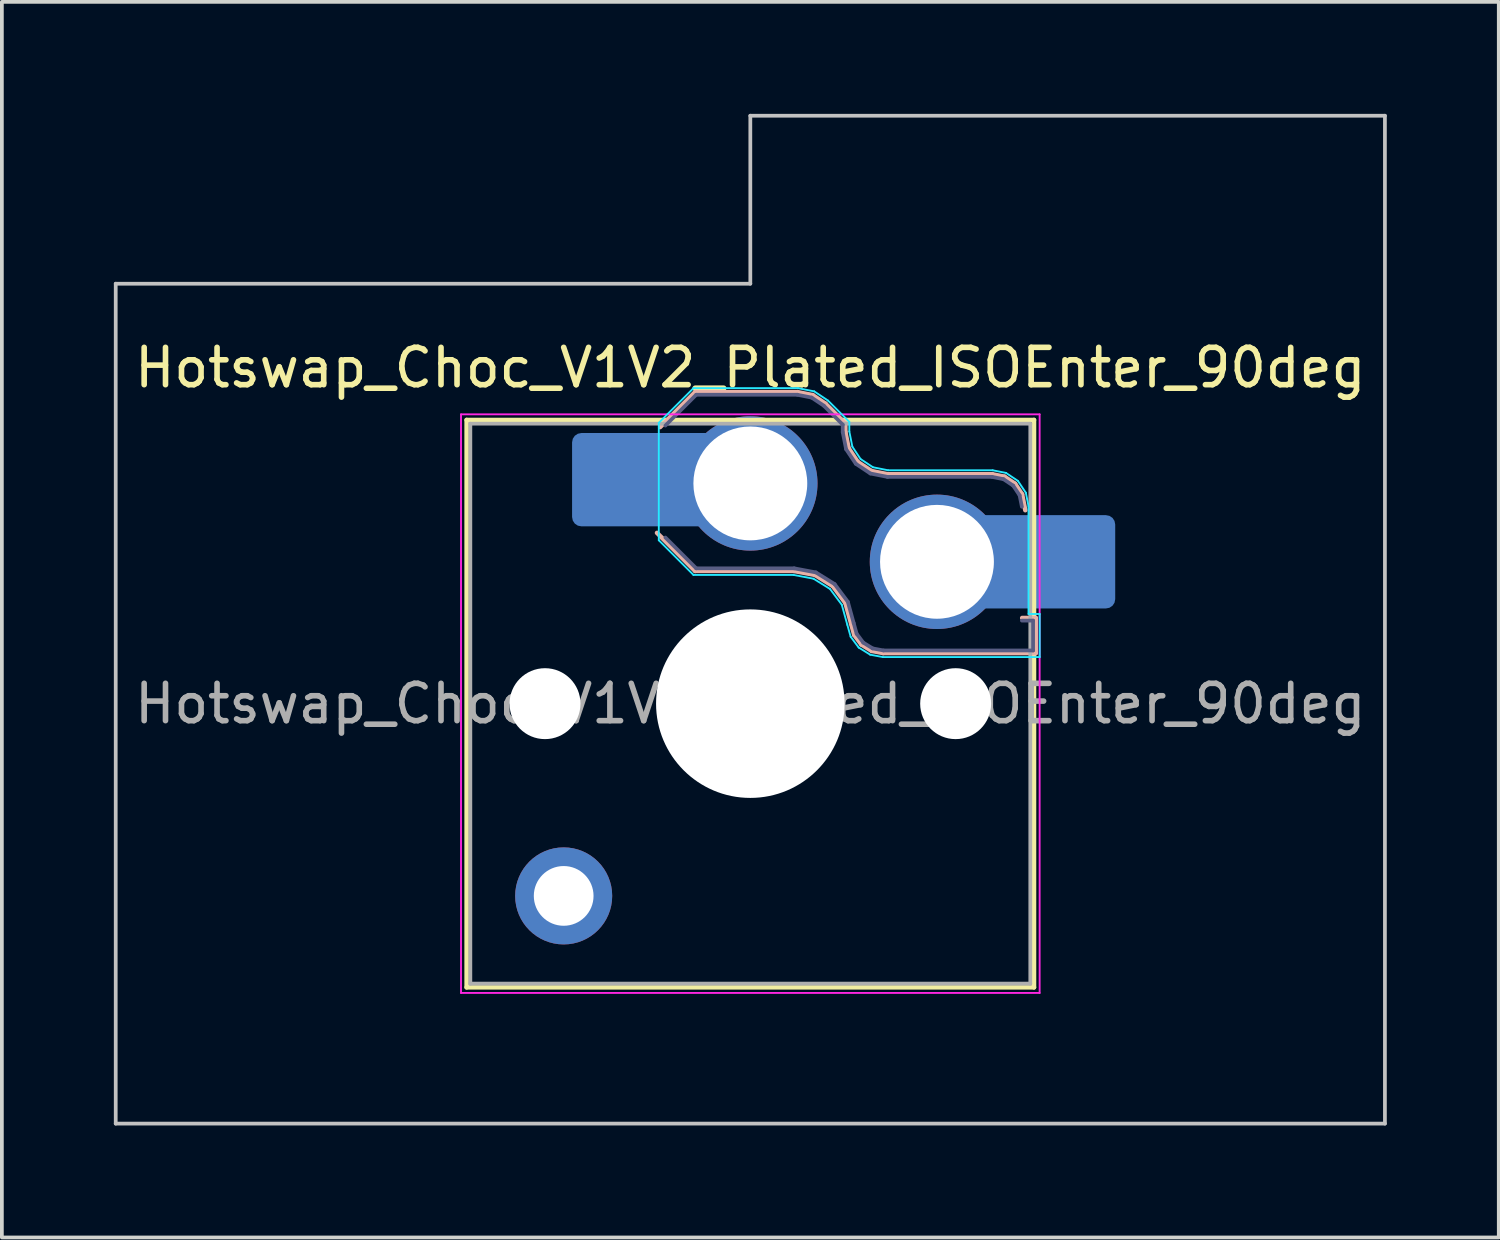
<source format=kicad_pcb>
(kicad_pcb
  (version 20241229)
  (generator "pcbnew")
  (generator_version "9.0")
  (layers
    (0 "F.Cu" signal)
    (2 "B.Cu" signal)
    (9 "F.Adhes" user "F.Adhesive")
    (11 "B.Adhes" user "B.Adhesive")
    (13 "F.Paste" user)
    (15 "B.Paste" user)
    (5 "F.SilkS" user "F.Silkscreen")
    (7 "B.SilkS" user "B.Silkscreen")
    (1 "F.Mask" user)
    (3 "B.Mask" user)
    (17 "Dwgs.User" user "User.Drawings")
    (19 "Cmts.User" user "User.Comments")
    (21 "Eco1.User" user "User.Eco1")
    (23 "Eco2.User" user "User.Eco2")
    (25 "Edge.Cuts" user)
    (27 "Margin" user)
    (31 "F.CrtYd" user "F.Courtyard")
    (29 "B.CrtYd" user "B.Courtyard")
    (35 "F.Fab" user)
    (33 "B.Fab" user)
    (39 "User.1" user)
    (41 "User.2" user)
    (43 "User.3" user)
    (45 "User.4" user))
  (footprint "Hotswap_Choc_V1V2_Plated_ISOEnter_90deg"
    (layer "F.Cu")
    (at 17.05 15.8)
    (property "Reference" "Hotswap_Choc_V1V2_Plated_ISOEnter_90deg" (at 0 -9 0) (layer "F.SilkS") (effects (font (size 1 1) (thickness 0.15))))
    (attr smd allow_soldermask_bridges)
    (fp_line (start -7.6 -7.6) (end -7.6 7.6) (stroke (width 0.12) (type solid)) (layer "F.SilkS"))
    (fp_line (start -7.6 7.6) (end 7.6 7.6) (stroke (width 0.12) (type solid)) (layer "F.SilkS"))
    (fp_line (start 7.6 -7.6) (end -7.6 -7.6) (stroke (width 0.12) (type solid)) (layer "F.SilkS"))
    (fp_line (start 7.6 7.6) (end 7.6 -7.6) (stroke (width 0.12) (type solid)) (layer "F.SilkS"))
    (fp_line (start -2.416 -7.409) (end -1.479 -8.346) (stroke (width 0.12) (type solid)) (layer "B.SilkS"))
    (fp_line (start -1.479 -8.346) (end 1.268 -8.346) (stroke (width 0.12) (type solid)) (layer "B.SilkS"))
    (fp_line (start -1.479 -3.554) (end -2.5 -4.575) (stroke (width 0.12) (type solid)) (layer "B.SilkS"))
    (fp_line (start 1.168 -3.554) (end -1.479 -3.554) (stroke (width 0.12) (type solid)) (layer "B.SilkS"))
    (fp_line (start 1.268 -8.346) (end 1.671 -8.266) (stroke (width 0.12) (type solid)) (layer "B.SilkS"))
    (fp_line (start 1.671 -8.266) (end 2.013 -8.037) (stroke (width 0.12) (type solid)) (layer "B.SilkS"))
    (fp_line (start 1.73 -3.449) (end 1.168 -3.554) (stroke (width 0.12) (type solid)) (layer "B.SilkS"))
    (fp_line (start 2.013 -8.037) (end 2.546 -7.504) (stroke (width 0.12) (type solid)) (layer "B.SilkS"))
    (fp_line (start 2.209 -3.15) (end 1.73 -3.449) (stroke (width 0.12) (type solid)) (layer "B.SilkS"))
    (fp_line (start 2.546 -7.504) (end 2.546 -7.282) (stroke (width 0.12) (type solid)) (layer "B.SilkS"))
    (fp_line (start 2.546 -7.282) (end 2.633 -6.844) (stroke (width 0.12) (type solid)) (layer "B.SilkS"))
    (fp_line (start 2.547 -2.697) (end 2.209 -3.15) (stroke (width 0.12) (type solid)) (layer "B.SilkS"))
    (fp_line (start 2.633 -6.844) (end 2.877 -6.477) (stroke (width 0.12) (type solid)) (layer "B.SilkS"))
    (fp_line (start 2.701 -2.139) (end 2.547 -2.697) (stroke (width 0.12) (type solid)) (layer "B.SilkS"))
    (fp_line (start 2.783 -1.841) (end 2.701 -2.139) (stroke (width 0.12) (type solid)) (layer "B.SilkS"))
    (fp_line (start 2.877 -6.477) (end 3.244 -6.233) (stroke (width 0.12) (type solid)) (layer "B.SilkS"))
    (fp_line (start 2.976 -1.583) (end 2.783 -1.841) (stroke (width 0.12) (type solid)) (layer "B.SilkS"))
    (fp_line (start 3.244 -6.233) (end 3.682 -6.146) (stroke (width 0.12) (type solid)) (layer "B.SilkS"))
    (fp_line (start 3.25 -1.413) (end 2.976 -1.583) (stroke (width 0.12) (type solid)) (layer "B.SilkS"))
    (fp_line (start 3.56 -1.354) (end 3.25 -1.413) (stroke (width 0.12) (type solid)) (layer "B.SilkS"))
    (fp_line (start 3.682 -6.146) (end 6.482 -6.146) (stroke (width 0.12) (type solid)) (layer "B.SilkS"))
    (fp_line (start 6.482 -6.146) (end 6.809 -6.081) (stroke (width 0.12) (type solid)) (layer "B.SilkS"))
    (fp_line (start 6.809 -6.081) (end 7.092 -5.892) (stroke (width 0.12) (type solid)) (layer "B.SilkS"))
    (fp_line (start 7.092 -5.892) (end 7.281 -5.609) (stroke (width 0.12) (type solid)) (layer "B.SilkS"))
    (fp_line (start 7.281 -5.609) (end 7.366 -5.182) (stroke (width 0.12) (type solid)) (layer "B.SilkS"))
    (fp_line (start 7.283 -2.296) (end 7.646 -2.296) (stroke (width 0.12) (type solid)) (layer "B.SilkS"))
    (fp_line (start 7.646 -2.296) (end 7.646 -1.354) (stroke (width 0.12) (type solid)) (layer "B.SilkS"))
    (fp_line (start 7.646 -1.354) (end 3.56 -1.354) (stroke (width 0.12) (type solid)) (layer "B.SilkS"))
    (fp_line (start -17 -11.25) (end -17 11.25) (stroke (width 0.1) (type solid)) (layer "Dwgs.User"))
    (fp_line (start -17 11.25) (end 17 11.25) (stroke (width 0.1) (type solid)) (layer "Dwgs.User"))
    (fp_line (start 0 -15.75) (end 0 -11.25) (stroke (width 0.1) (type solid)) (layer "Dwgs.User"))
    (fp_line (start 0 -11.25) (end -17 -11.25) (stroke (width 0.1) (type solid)) (layer "Dwgs.User"))
    (fp_line (start 17 -15.75) (end 0 -15.75) (stroke (width 0.1) (type solid)) (layer "Dwgs.User"))
    (fp_line (start 17 11.25) (end 17 -15.75) (stroke (width 0.1) (type solid)) (layer "Dwgs.User"))
    (fp_line (start -7.25 -7.25) (end -7.25 7.25) (stroke (width 0.1) (type solid)) (layer "Eco1.User"))
    (fp_line (start -7.25 7.25) (end 7.25 7.25) (stroke (width 0.1) (type solid)) (layer "Eco1.User"))
    (fp_line (start 7.25 -7.25) (end -7.25 -7.25) (stroke (width 0.1) (type solid)) (layer "Eco1.User"))
    (fp_line (start 7.25 7.25) (end 7.25 -7.25) (stroke (width 0.1) (type solid)) (layer "Eco1.User"))
    (fp_line (start -2.452 -7.523) (end -1.523 -8.452) (stroke (width 0.05) (type solid)) (layer "B.CrtYd"))
    (fp_line (start -2.452 -4.377) (end -2.452 -7.523) (stroke (width 0.05) (type solid)) (layer "B.CrtYd"))
    (fp_line (start -1.523 -8.452) (end 1.278 -8.452) (stroke (width 0.05) (type solid)) (layer "B.CrtYd"))
    (fp_line (start -1.523 -3.448) (end -2.452 -4.377) (stroke (width 0.05) (type solid)) (layer "B.CrtYd"))
    (fp_line (start 1.159 -3.448) (end -1.523 -3.448) (stroke (width 0.05) (type solid)) (layer "B.CrtYd"))
    (fp_line (start 1.278 -8.452) (end 1.712 -8.366) (stroke (width 0.05) (type solid)) (layer "B.CrtYd"))
    (fp_line (start 1.691 -3.348) (end 1.159 -3.448) (stroke (width 0.05) (type solid)) (layer "B.CrtYd"))
    (fp_line (start 1.712 -8.366) (end 2.081 -8.119) (stroke (width 0.05) (type solid)) (layer "B.CrtYd"))
    (fp_line (start 2.081 -8.119) (end 2.652 -7.548) (stroke (width 0.05) (type solid)) (layer "B.CrtYd"))
    (fp_line (start 2.136 -3.071) (end 1.691 -3.348) (stroke (width 0.05) (type solid)) (layer "B.CrtYd"))
    (fp_line (start 2.45 -2.65) (end 2.136 -3.071) (stroke (width 0.05) (type solid)) (layer "B.CrtYd"))
    (fp_line (start 2.599 -2.111) (end 2.45 -2.65) (stroke (width 0.05) (type solid)) (layer "B.CrtYd"))
    (fp_line (start 2.652 -7.548) (end 2.652 -7.292) (stroke (width 0.05) (type solid)) (layer "B.CrtYd"))
    (fp_line (start 2.652 -7.292) (end 2.733 -6.885) (stroke (width 0.05) (type solid)) (layer "B.CrtYd"))
    (fp_line (start 2.687 -1.794) (end 2.599 -2.111) (stroke (width 0.05) (type solid)) (layer "B.CrtYd"))
    (fp_line (start 2.733 -6.885) (end 2.953 -6.553) (stroke (width 0.05) (type solid)) (layer "B.CrtYd"))
    (fp_line (start 2.903 -1.503) (end 2.687 -1.794) (stroke (width 0.05) (type solid)) (layer "B.CrtYd"))
    (fp_line (start 2.953 -6.553) (end 3.285 -6.333) (stroke (width 0.05) (type solid)) (layer "B.CrtYd"))
    (fp_line (start 3.211 -1.312) (end 2.903 -1.503) (stroke (width 0.05) (type solid)) (layer "B.CrtYd"))
    (fp_line (start 3.285 -6.333) (end 3.692 -6.252) (stroke (width 0.05) (type solid)) (layer "B.CrtYd"))
    (fp_line (start 3.55 -1.248) (end 3.211 -1.312) (stroke (width 0.05) (type solid)) (layer "B.CrtYd"))
    (fp_line (start 3.692 -6.252) (end 6.492 -6.252) (stroke (width 0.05) (type solid)) (layer "B.CrtYd"))
    (fp_line (start 6.492 -6.252) (end 6.85 -6.181) (stroke (width 0.05) (type solid)) (layer "B.CrtYd"))
    (fp_line (start 6.85 -6.181) (end 7.168 -5.968) (stroke (width 0.05) (type solid)) (layer "B.CrtYd"))
    (fp_line (start 7.168 -5.968) (end 7.381 -5.65) (stroke (width 0.05) (type solid)) (layer "B.CrtYd"))
    (fp_line (start 7.381 -5.65) (end 7.452 -5.292) (stroke (width 0.05) (type solid)) (layer "B.CrtYd"))
    (fp_line (start 7.452 -5.292) (end 7.452 -2.402) (stroke (width 0.05) (type solid)) (layer "B.CrtYd"))
    (fp_line (start 7.452 -2.402) (end 7.752 -2.402) (stroke (width 0.05) (type solid)) (layer "B.CrtYd"))
    (fp_line (start 7.752 -2.402) (end 7.752 -1.248) (stroke (width 0.05) (type solid)) (layer "B.CrtYd"))
    (fp_line (start 7.752 -1.248) (end 3.55 -1.248) (stroke (width 0.05) (type solid)) (layer "B.CrtYd"))
    (fp_line (start -7.75 -7.75) (end -7.75 7.75) (stroke (width 0.05) (type solid)) (layer "F.CrtYd"))
    (fp_line (start -7.75 7.75) (end 7.75 7.75) (stroke (width 0.05) (type solid)) (layer "F.CrtYd"))
    (fp_line (start 7.75 -7.75) (end -7.75 -7.75) (stroke (width 0.05) (type solid)) (layer "F.CrtYd"))
    (fp_line (start 7.75 7.75) (end 7.75 -7.75) (stroke (width 0.05) (type solid)) (layer "F.CrtYd"))
    (fp_line (start -2.275 -7.45) (end -1.45 -8.275) (stroke (width 0.1) (type solid)) (layer "B.Fab"))
    (fp_line (start -1.45 -8.275) (end 1.261 -8.275) (stroke (width 0.1) (type solid)) (layer "B.Fab"))
    (fp_line (start -1.45 -3.625) (end -2.275 -4.45) (stroke (width 0.1) (type solid)) (layer "B.Fab"))
    (fp_line (start 1.175 -3.625) (end -1.45 -3.625) (stroke (width 0.1) (type solid)) (layer "B.Fab"))
    (fp_line (start 1.261 -8.275) (end 1.643 -8.199) (stroke (width 0.1) (type solid)) (layer "B.Fab"))
    (fp_line (start 1.643 -8.199) (end 1.968 -7.982) (stroke (width 0.1) (type solid)) (layer "B.Fab"))
    (fp_line (start 1.756 -3.516) (end 1.175 -3.625) (stroke (width 0.1) (type solid)) (layer "B.Fab"))
    (fp_line (start 1.968 -7.982) (end 2.475 -7.475) (stroke (width 0.1) (type solid)) (layer "B.Fab"))
    (fp_line (start 2.258 -3.203) (end 1.756 -3.516) (stroke (width 0.1) (type solid)) (layer "B.Fab"))
    (fp_line (start 2.475 -7.475) (end 2.475 -7.275) (stroke (width 0.1) (type solid)) (layer "B.Fab"))
    (fp_line (start 2.475 -7.275) (end 2.566 -6.816) (stroke (width 0.1) (type solid)) (layer "B.Fab"))
    (fp_line (start 2.566 -6.816) (end 2.826 -6.426) (stroke (width 0.1) (type solid)) (layer "B.Fab"))
    (fp_line (start 2.612 -2.729) (end 2.258 -3.203) (stroke (width 0.1) (type solid)) (layer "B.Fab"))
    (fp_line (start 2.769 -2.158) (end 2.612 -2.729) (stroke (width 0.1) (type solid)) (layer "B.Fab"))
    (fp_line (start 2.826 -6.426) (end 3.216 -6.166) (stroke (width 0.1) (type solid)) (layer "B.Fab"))
    (fp_line (start 2.848 -1.873) (end 2.769 -2.158) (stroke (width 0.1) (type solid)) (layer "B.Fab"))
    (fp_line (start 3.025 -1.636) (end 2.848 -1.873) (stroke (width 0.1) (type solid)) (layer "B.Fab"))
    (fp_line (start 3.216 -6.166) (end 3.675 -6.075) (stroke (width 0.1) (type solid)) (layer "B.Fab"))
    (fp_line (start 3.276 -1.48) (end 3.025 -1.636) (stroke (width 0.1) (type solid)) (layer "B.Fab"))
    (fp_line (start 3.567 -1.425) (end 3.276 -1.48) (stroke (width 0.1) (type solid)) (layer "B.Fab"))
    (fp_line (start 3.675 -6.075) (end 6.475 -6.075) (stroke (width 0.1) (type solid)) (layer "B.Fab"))
    (fp_line (start 6.475 -6.075) (end 6.781 -6.014) (stroke (width 0.1) (type solid)) (layer "B.Fab"))
    (fp_line (start 6.781 -6.014) (end 7.041 -5.841) (stroke (width 0.1) (type solid)) (layer "B.Fab"))
    (fp_line (start 7.041 -5.841) (end 7.214 -5.581) (stroke (width 0.1) (type solid)) (layer "B.Fab"))
    (fp_line (start 7.214 -5.581) (end 7.275 -5.275) (stroke (width 0.1) (type solid)) (layer "B.Fab"))
    (fp_line (start 7.275 -2.225) (end 7.575 -2.225) (stroke (width 0.1) (type solid)) (layer "B.Fab"))
    (fp_line (start 7.575 -2.225) (end 7.575 -1.425) (stroke (width 0.1) (type solid)) (layer "B.Fab"))
    (fp_line (start 7.575 -1.425) (end 3.567 -1.425) (stroke (width 0.1) (type solid)) (layer "B.Fab"))
    (fp_line (start -7.5 -7.5) (end -7.5 7.5) (stroke (width 0.1) (type solid)) (layer "F.Fab"))
    (fp_line (start -7.5 7.5) (end 7.5 7.5) (stroke (width 0.1) (type solid)) (layer "F.Fab"))
    (fp_line (start 7.5 -7.5) (end -7.5 -7.5) (stroke (width 0.1) (type solid)) (layer "F.Fab"))
    (fp_line (start 7.5 7.5) (end 7.5 -7.5) (stroke (width 0.1) (type solid)) (layer "F.Fab"))
    (fp_text user "${REFERENCE}" (at 0 0 0) (layer "F.Fab") (effects (font (size 1 1) (thickness 0.15))))
    (pad "" np_thru_hole circle (at -5.5 0) (size 1.9 1.9) (drill 1.9) (layers "*.Cu" "*.Mask"))
    (pad "" thru_hole circle (at -5 5.15) (size 2.6 2.6) (drill 1.6) (layers "*.Cu" "*.Mask"))
    (pad "" smd roundrect (at -3.5 -6) (size 2.55 2.5) (layers "B.Mask" "B.Paste") (roundrect_rratio 0.1))
    (pad "" np_thru_hole circle (at 0 0) (size 5.05 5.05) (drill 5.05) (layers "*.Cu" "*.Mask"))
    (pad "" np_thru_hole circle (at 5.5 0) (size 1.9 1.9) (drill 1.9) (layers "*.Cu" "*.Mask"))
    (pad "" smd roundrect (at 8.5 -3.8) (size 2.55 2.5) (layers "B.Mask" "B.Paste") (roundrect_rratio 0.1))
    (pad "1" smd roundrect (at -2.85 -6) (size 3.85 2.5) (layers "B.Cu") (roundrect_rratio 0.1))
    (pad "1" thru_hole circle (at 0 -5.9) (size 3.6 3.6) (drill 3.05) (layers "*.Cu" "*.Mask"))
    (pad "2" thru_hole circle (at 5 -3.8) (size 3.6 3.6) (drill 3.05) (layers "*.Cu" "*.Mask"))
    (pad "2" smd roundrect (at 7.85 -3.8) (size 3.85 2.5) (layers "B.Cu") (roundrect_rratio 0.1)))
  (gr_rect
    (start -3 -3)
    (end 37.1 30.1)
    (stroke (width 0.1) (type default))
    (fill no)
    (layer "Edge.Cuts")))
</source>
